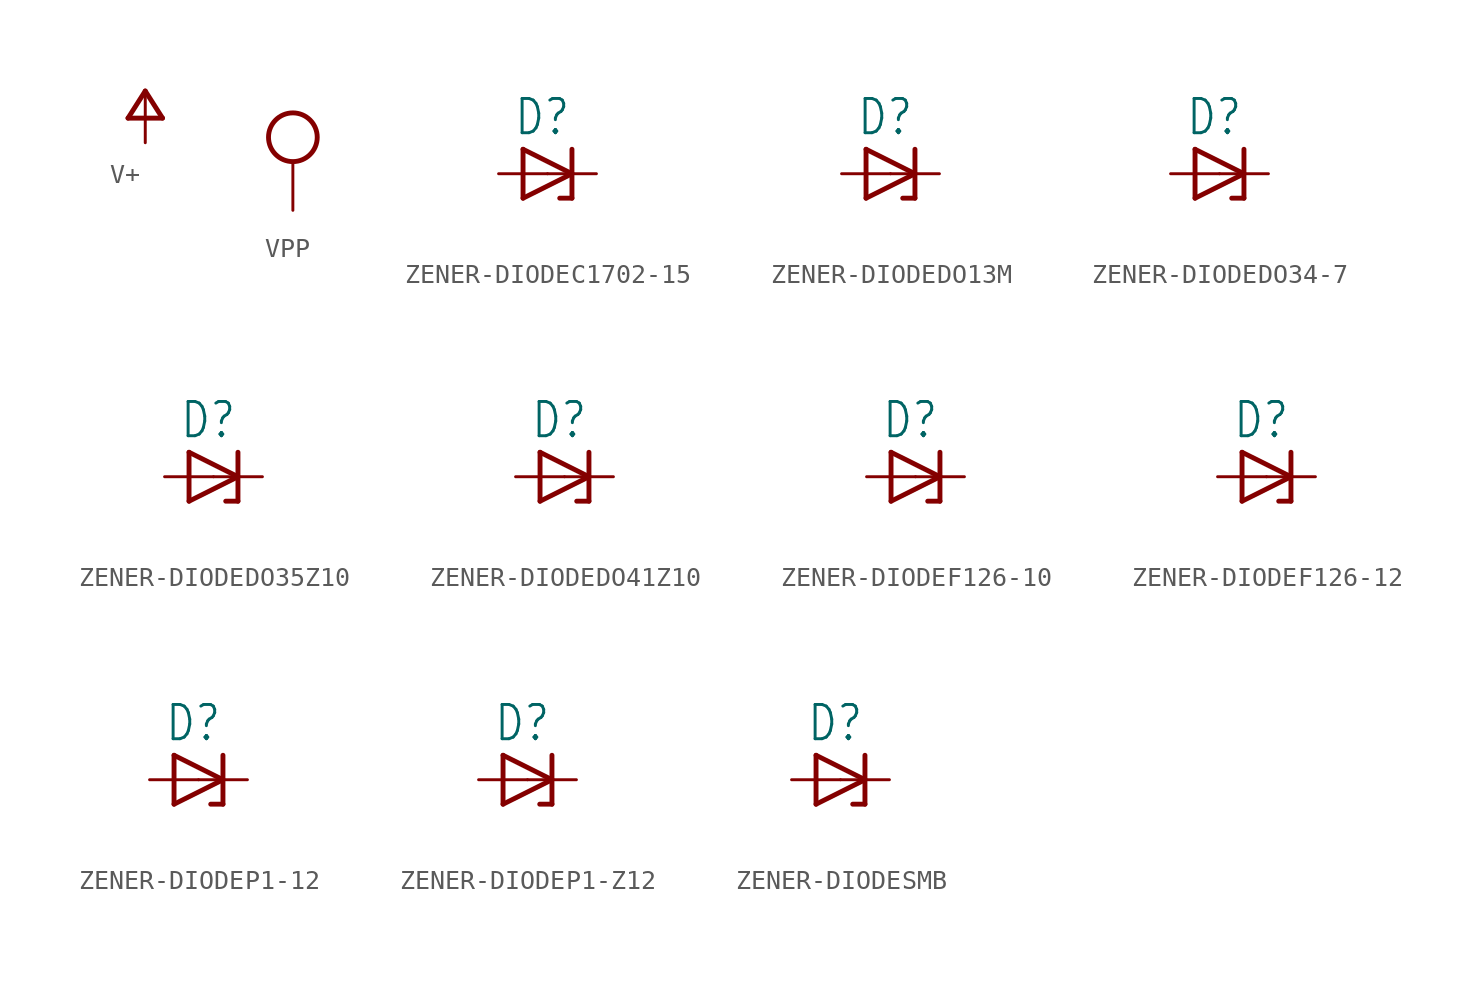
<source format=kicad_sym>
(kicad_symbol_lib
  (version 20241209)
  (generator "kicad_symbol_editor")
  (generator_version "9.0")
  (symbol "V+"
    (power)
    (property "Reference" "#P+"
      (at 0 0 0)
      (effects (font (size 1.27 1.27)) (hide yes)))
    (property "Value" ""
      (at -2.54 -2.54 90)
      (effects (font (size 1.778 1.511)) (justify left bottom)))
    (property "ki_locked" ""
      (at 0 0 0)
      (effects (font (size 1.27 1.27))))
    (symbol "V+_1_0"
      (polyline (pts (xy -0.889 -1.27) (xy 0.889 -1.27)) (stroke (width 0.254) (type solid)) (fill (type none)))
      (polyline (pts (xy 0 0.127) (xy -0.889 -1.27)) (stroke (width 0.254) (type solid)) (fill (type none)))
      (polyline (pts (xy 0.889 -1.27) (xy 0 0.127)) (stroke (width 0.254) (type solid)) (fill (type none)))
      (pin power_in line (at 0 -2.54 90) (length 2.54) (name "V+" (effects (font (size 0 0)))) (number "1" (effects (font (size 0 0)))))))
  (symbol "VPP"
    (power)
    (property "Reference" "#V"
      (at 0 0 0)
      (effects (font (size 1.27 1.27)) (hide yes)))
    (property "Value" ""
      (at -1.905 3.175 0)
      (effects (font (size 1.778 1.511)) (justify left bottom)))
    (property "ki_locked" ""
      (at 0 0 0)
      (effects (font (size 1.27 1.27))))
    (symbol "VPP_1_0"
      (circle (center 0 1.27) (radius 1.27) (stroke (width 0.254) (type solid)) (fill (type none)))
      (pin power_in line (at 0 -2.54 90) (length 2.54) (name "VPP" (effects (font (size 0 0)))) (number "1" (effects (font (size 0 0)))))))
  (symbol "ZENER-DIODEC1702-15"
    (property "Reference" "D"
      (at -1.778 1.905 0)
      (effects (font (size 1.778 1.511)) (justify left bottom)))
    (property "Value" ""
      (at -1.778 -3.429 0)
      (effects (font (size 1.778 1.511)) (justify left bottom)))
    (property "ki_locked" ""
      (at 0 0 0)
      (effects (font (size 1.27 1.27))))
    (symbol "ZENER-DIODEC1702-15_1_0"
      (polyline (pts (xy -1.27 1.27) (xy -1.27 -1.27)) (stroke (width 0.254) (type solid)) (fill (type none)))
      (polyline (pts (xy -1.27 -1.27) (xy 1.27 0)) (stroke (width 0.254) (type solid)) (fill (type none)))
      (polyline (pts (xy 1.27 1.27) (xy 1.27 0)) (stroke (width 0.254) (type solid)) (fill (type none)))
      (polyline (pts (xy 1.27 0) (xy -1.27 1.27)) (stroke (width 0.254) (type solid)) (fill (type none)))
      (polyline (pts (xy 1.27 0) (xy 1.27 -1.27)) (stroke (width 0.254) (type solid)) (fill (type none)))
      (polyline (pts (xy 1.27 -1.27) (xy 0.635 -1.27)) (stroke (width 0.254) (type solid)) (fill (type none)))
      (pin passive line (at -2.54 0 0) (length 2.54) (name "A" (effects (font (size 0 0)))) (number "A" (effects (font (size 0 0)))))
      (pin passive line (at 2.54 0 180) (length 2.54) (name "C" (effects (font (size 0 0)))) (number "C" (effects (font (size 0 0)))))))
  (symbol "ZENER-DIODEDO13M"
    (property "Reference" "D"
      (at -1.778 1.905 0)
      (effects (font (size 1.778 1.511)) (justify left bottom)))
    (property "Value" ""
      (at -1.778 -3.429 0)
      (effects (font (size 1.778 1.511)) (justify left bottom)))
    (property "ki_locked" ""
      (at 0 0 0)
      (effects (font (size 1.27 1.27))))
    (symbol "ZENER-DIODEDO13M_1_0"
      (polyline (pts (xy -1.27 1.27) (xy -1.27 -1.27)) (stroke (width 0.254) (type solid)) (fill (type none)))
      (polyline (pts (xy -1.27 -1.27) (xy 1.27 0)) (stroke (width 0.254) (type solid)) (fill (type none)))
      (polyline (pts (xy 1.27 1.27) (xy 1.27 0)) (stroke (width 0.254) (type solid)) (fill (type none)))
      (polyline (pts (xy 1.27 0) (xy -1.27 1.27)) (stroke (width 0.254) (type solid)) (fill (type none)))
      (polyline (pts (xy 1.27 0) (xy 1.27 -1.27)) (stroke (width 0.254) (type solid)) (fill (type none)))
      (polyline (pts (xy 1.27 -1.27) (xy 0.635 -1.27)) (stroke (width 0.254) (type solid)) (fill (type none)))
      (pin passive line (at -2.54 0 0) (length 2.54) (name "A" (effects (font (size 0 0)))) (number "A" (effects (font (size 0 0)))))
      (pin passive line (at 2.54 0 180) (length 2.54) (name "C" (effects (font (size 0 0)))) (number "C" (effects (font (size 0 0)))))))
  (symbol "ZENER-DIODEDO34-7"
    (property "Reference" "D"
      (at -1.778 1.905 0)
      (effects (font (size 1.778 1.511)) (justify left bottom)))
    (property "Value" ""
      (at -1.778 -3.429 0)
      (effects (font (size 1.778 1.511)) (justify left bottom)))
    (property "ki_locked" ""
      (at 0 0 0)
      (effects (font (size 1.27 1.27))))
    (symbol "ZENER-DIODEDO34-7_1_0"
      (polyline (pts (xy -1.27 1.27) (xy -1.27 -1.27)) (stroke (width 0.254) (type solid)) (fill (type none)))
      (polyline (pts (xy -1.27 -1.27) (xy 1.27 0)) (stroke (width 0.254) (type solid)) (fill (type none)))
      (polyline (pts (xy 1.27 1.27) (xy 1.27 0)) (stroke (width 0.254) (type solid)) (fill (type none)))
      (polyline (pts (xy 1.27 0) (xy -1.27 1.27)) (stroke (width 0.254) (type solid)) (fill (type none)))
      (polyline (pts (xy 1.27 0) (xy 1.27 -1.27)) (stroke (width 0.254) (type solid)) (fill (type none)))
      (polyline (pts (xy 1.27 -1.27) (xy 0.635 -1.27)) (stroke (width 0.254) (type solid)) (fill (type none)))
      (pin passive line (at -2.54 0 0) (length 2.54) (name "A" (effects (font (size 0 0)))) (number "A" (effects (font (size 0 0)))))
      (pin passive line (at 2.54 0 180) (length 2.54) (name "C" (effects (font (size 0 0)))) (number "C" (effects (font (size 0 0)))))))
  (symbol "ZENER-DIODEDO35Z10"
    (property "Reference" "D"
      (at -1.778 1.905 0)
      (effects (font (size 1.778 1.511)) (justify left bottom)))
    (property "Value" ""
      (at -1.778 -3.429 0)
      (effects (font (size 1.778 1.511)) (justify left bottom)))
    (property "ki_locked" ""
      (at 0 0 0)
      (effects (font (size 1.27 1.27))))
    (symbol "ZENER-DIODEDO35Z10_1_0"
      (polyline (pts (xy -1.27 1.27) (xy -1.27 -1.27)) (stroke (width 0.254) (type solid)) (fill (type none)))
      (polyline (pts (xy -1.27 -1.27) (xy 1.27 0)) (stroke (width 0.254) (type solid)) (fill (type none)))
      (polyline (pts (xy 1.27 1.27) (xy 1.27 0)) (stroke (width 0.254) (type solid)) (fill (type none)))
      (polyline (pts (xy 1.27 0) (xy -1.27 1.27)) (stroke (width 0.254) (type solid)) (fill (type none)))
      (polyline (pts (xy 1.27 0) (xy 1.27 -1.27)) (stroke (width 0.254) (type solid)) (fill (type none)))
      (polyline (pts (xy 1.27 -1.27) (xy 0.635 -1.27)) (stroke (width 0.254) (type solid)) (fill (type none)))
      (pin passive line (at -2.54 0 0) (length 2.54) (name "A" (effects (font (size 0 0)))) (number "A" (effects (font (size 0 0)))))
      (pin passive line (at 2.54 0 180) (length 2.54) (name "C" (effects (font (size 0 0)))) (number "C" (effects (font (size 0 0)))))))
  (symbol "ZENER-DIODEDO41Z10"
    (property "Reference" "D"
      (at -1.778 1.905 0)
      (effects (font (size 1.778 1.511)) (justify left bottom)))
    (property "Value" ""
      (at -1.778 -3.429 0)
      (effects (font (size 1.778 1.511)) (justify left bottom)))
    (property "ki_locked" ""
      (at 0 0 0)
      (effects (font (size 1.27 1.27))))
    (symbol "ZENER-DIODEDO41Z10_1_0"
      (polyline (pts (xy -1.27 1.27) (xy -1.27 -1.27)) (stroke (width 0.254) (type solid)) (fill (type none)))
      (polyline (pts (xy -1.27 -1.27) (xy 1.27 0)) (stroke (width 0.254) (type solid)) (fill (type none)))
      (polyline (pts (xy 1.27 1.27) (xy 1.27 0)) (stroke (width 0.254) (type solid)) (fill (type none)))
      (polyline (pts (xy 1.27 0) (xy -1.27 1.27)) (stroke (width 0.254) (type solid)) (fill (type none)))
      (polyline (pts (xy 1.27 0) (xy 1.27 -1.27)) (stroke (width 0.254) (type solid)) (fill (type none)))
      (polyline (pts (xy 1.27 -1.27) (xy 0.635 -1.27)) (stroke (width 0.254) (type solid)) (fill (type none)))
      (pin passive line (at -2.54 0 0) (length 2.54) (name "A" (effects (font (size 0 0)))) (number "A" (effects (font (size 0 0)))))
      (pin passive line (at 2.54 0 180) (length 2.54) (name "C" (effects (font (size 0 0)))) (number "C" (effects (font (size 0 0)))))))
  (symbol "ZENER-DIODEF126-10"
    (property "Reference" "D"
      (at -1.778 1.905 0)
      (effects (font (size 1.778 1.511)) (justify left bottom)))
    (property "Value" ""
      (at -1.778 -3.429 0)
      (effects (font (size 1.778 1.511)) (justify left bottom)))
    (property "ki_locked" ""
      (at 0 0 0)
      (effects (font (size 1.27 1.27))))
    (symbol "ZENER-DIODEF126-10_1_0"
      (polyline (pts (xy -1.27 1.27) (xy -1.27 -1.27)) (stroke (width 0.254) (type solid)) (fill (type none)))
      (polyline (pts (xy -1.27 -1.27) (xy 1.27 0)) (stroke (width 0.254) (type solid)) (fill (type none)))
      (polyline (pts (xy 1.27 1.27) (xy 1.27 0)) (stroke (width 0.254) (type solid)) (fill (type none)))
      (polyline (pts (xy 1.27 0) (xy -1.27 1.27)) (stroke (width 0.254) (type solid)) (fill (type none)))
      (polyline (pts (xy 1.27 0) (xy 1.27 -1.27)) (stroke (width 0.254) (type solid)) (fill (type none)))
      (polyline (pts (xy 1.27 -1.27) (xy 0.635 -1.27)) (stroke (width 0.254) (type solid)) (fill (type none)))
      (pin passive line (at -2.54 0 0) (length 2.54) (name "A" (effects (font (size 0 0)))) (number "A" (effects (font (size 0 0)))))
      (pin passive line (at 2.54 0 180) (length 2.54) (name "C" (effects (font (size 0 0)))) (number "C" (effects (font (size 0 0)))))))
  (symbol "ZENER-DIODEF126-12"
    (property "Reference" "D"
      (at -1.778 1.905 0)
      (effects (font (size 1.778 1.511)) (justify left bottom)))
    (property "Value" ""
      (at -1.778 -3.429 0)
      (effects (font (size 1.778 1.511)) (justify left bottom)))
    (property "ki_locked" ""
      (at 0 0 0)
      (effects (font (size 1.27 1.27))))
    (symbol "ZENER-DIODEF126-12_1_0"
      (polyline (pts (xy -1.27 1.27) (xy -1.27 -1.27)) (stroke (width 0.254) (type solid)) (fill (type none)))
      (polyline (pts (xy -1.27 -1.27) (xy 1.27 0)) (stroke (width 0.254) (type solid)) (fill (type none)))
      (polyline (pts (xy 1.27 1.27) (xy 1.27 0)) (stroke (width 0.254) (type solid)) (fill (type none)))
      (polyline (pts (xy 1.27 0) (xy -1.27 1.27)) (stroke (width 0.254) (type solid)) (fill (type none)))
      (polyline (pts (xy 1.27 0) (xy 1.27 -1.27)) (stroke (width 0.254) (type solid)) (fill (type none)))
      (polyline (pts (xy 1.27 -1.27) (xy 0.635 -1.27)) (stroke (width 0.254) (type solid)) (fill (type none)))
      (pin passive line (at -2.54 0 0) (length 2.54) (name "A" (effects (font (size 0 0)))) (number "A" (effects (font (size 0 0)))))
      (pin passive line (at 2.54 0 180) (length 2.54) (name "C" (effects (font (size 0 0)))) (number "C" (effects (font (size 0 0)))))))
  (symbol "ZENER-DIODEP1-12"
    (property "Reference" "D"
      (at -1.778 1.905 0)
      (effects (font (size 1.778 1.511)) (justify left bottom)))
    (property "Value" ""
      (at -1.778 -3.429 0)
      (effects (font (size 1.778 1.511)) (justify left bottom)))
    (property "ki_locked" ""
      (at 0 0 0)
      (effects (font (size 1.27 1.27))))
    (symbol "ZENER-DIODEP1-12_1_0"
      (polyline (pts (xy -1.27 1.27) (xy -1.27 -1.27)) (stroke (width 0.254) (type solid)) (fill (type none)))
      (polyline (pts (xy -1.27 -1.27) (xy 1.27 0)) (stroke (width 0.254) (type solid)) (fill (type none)))
      (polyline (pts (xy 1.27 1.27) (xy 1.27 0)) (stroke (width 0.254) (type solid)) (fill (type none)))
      (polyline (pts (xy 1.27 0) (xy -1.27 1.27)) (stroke (width 0.254) (type solid)) (fill (type none)))
      (polyline (pts (xy 1.27 0) (xy 1.27 -1.27)) (stroke (width 0.254) (type solid)) (fill (type none)))
      (polyline (pts (xy 1.27 -1.27) (xy 0.635 -1.27)) (stroke (width 0.254) (type solid)) (fill (type none)))
      (pin passive line (at -2.54 0 0) (length 2.54) (name "A" (effects (font (size 0 0)))) (number "A" (effects (font (size 0 0)))))
      (pin passive line (at 2.54 0 180) (length 2.54) (name "C" (effects (font (size 0 0)))) (number "C" (effects (font (size 0 0)))))))
  (symbol "ZENER-DIODEP1-Z12"
    (property "Reference" "D"
      (at -1.778 1.905 0)
      (effects (font (size 1.778 1.511)) (justify left bottom)))
    (property "Value" ""
      (at -1.778 -3.429 0)
      (effects (font (size 1.778 1.511)) (justify left bottom)))
    (property "ki_locked" ""
      (at 0 0 0)
      (effects (font (size 1.27 1.27))))
    (symbol "ZENER-DIODEP1-Z12_1_0"
      (polyline (pts (xy -1.27 1.27) (xy -1.27 -1.27)) (stroke (width 0.254) (type solid)) (fill (type none)))
      (polyline (pts (xy -1.27 -1.27) (xy 1.27 0)) (stroke (width 0.254) (type solid)) (fill (type none)))
      (polyline (pts (xy 1.27 1.27) (xy 1.27 0)) (stroke (width 0.254) (type solid)) (fill (type none)))
      (polyline (pts (xy 1.27 0) (xy -1.27 1.27)) (stroke (width 0.254) (type solid)) (fill (type none)))
      (polyline (pts (xy 1.27 0) (xy 1.27 -1.27)) (stroke (width 0.254) (type solid)) (fill (type none)))
      (polyline (pts (xy 1.27 -1.27) (xy 0.635 -1.27)) (stroke (width 0.254) (type solid)) (fill (type none)))
      (pin passive line (at -2.54 0 0) (length 2.54) (name "A" (effects (font (size 0 0)))) (number "A" (effects (font (size 0 0)))))
      (pin passive line (at 2.54 0 180) (length 2.54) (name "C" (effects (font (size 0 0)))) (number "C" (effects (font (size 0 0)))))))
  (symbol "ZENER-DIODESMB"
    (property "Reference" "D"
      (at -1.778 1.905 0)
      (effects (font (size 1.778 1.511)) (justify left bottom)))
    (property "Value" ""
      (at -1.778 -3.429 0)
      (effects (font (size 1.778 1.511)) (justify left bottom)))
    (property "ki_locked" ""
      (at 0 0 0)
      (effects (font (size 1.27 1.27))))
    (symbol "ZENER-DIODESMB_1_0"
      (polyline (pts (xy -1.27 1.27) (xy -1.27 -1.27)) (stroke (width 0.254) (type solid)) (fill (type none)))
      (polyline (pts (xy -1.27 -1.27) (xy 1.27 0)) (stroke (width 0.254) (type solid)) (fill (type none)))
      (polyline (pts (xy 1.27 1.27) (xy 1.27 0)) (stroke (width 0.254) (type solid)) (fill (type none)))
      (polyline (pts (xy 1.27 0) (xy -1.27 1.27)) (stroke (width 0.254) (type solid)) (fill (type none)))
      (polyline (pts (xy 1.27 0) (xy 1.27 -1.27)) (stroke (width 0.254) (type solid)) (fill (type none)))
      (polyline (pts (xy 1.27 -1.27) (xy 0.635 -1.27)) (stroke (width 0.254) (type solid)) (fill (type none)))
      (pin passive line (at -2.54 0 0) (length 2.54) (name "A" (effects (font (size 0 0)))) (number "A" (effects (font (size 0 0)))))
      (pin passive line (at 2.54 0 180) (length 2.54) (name "C" (effects (font (size 0 0)))) (number "C" (effects (font (size 0 0))))))))
</source>
